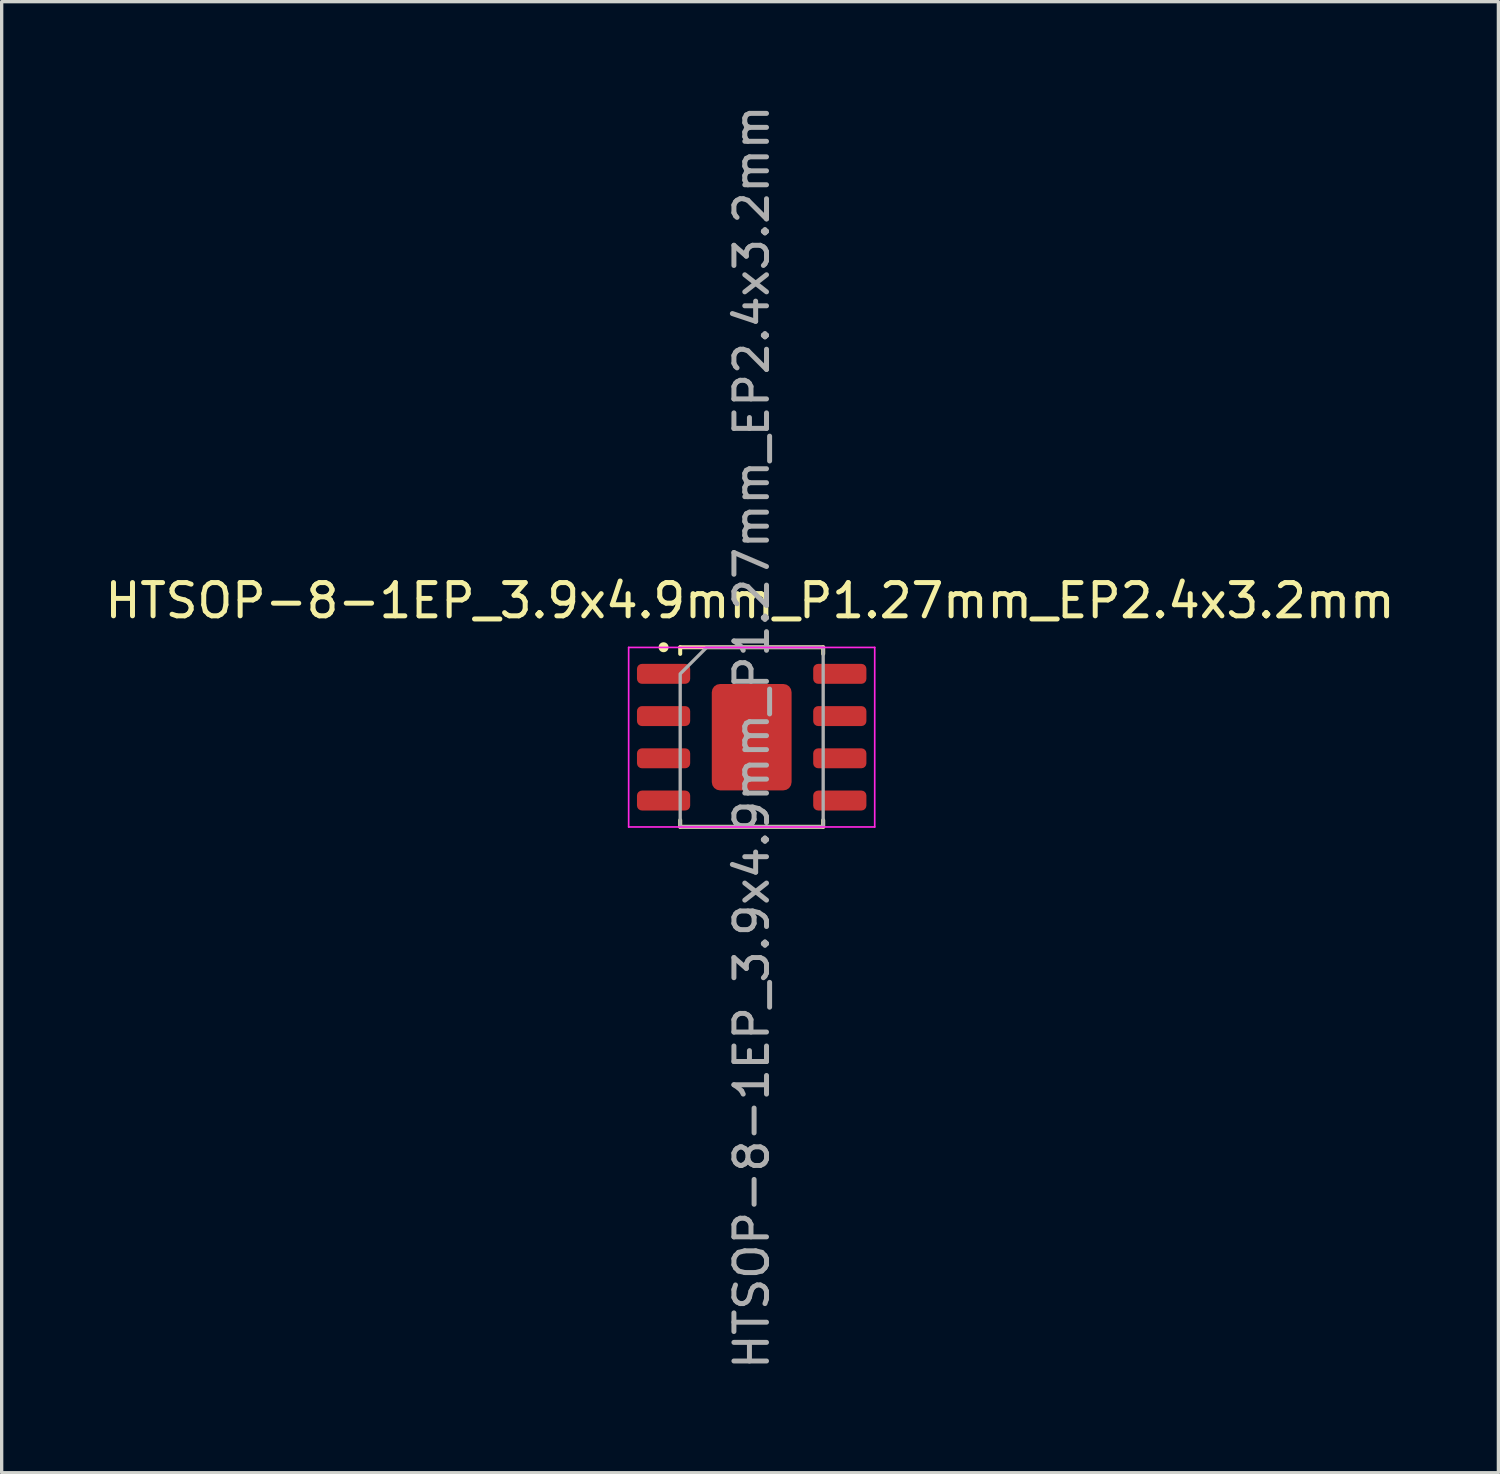
<source format=kicad_pcb>
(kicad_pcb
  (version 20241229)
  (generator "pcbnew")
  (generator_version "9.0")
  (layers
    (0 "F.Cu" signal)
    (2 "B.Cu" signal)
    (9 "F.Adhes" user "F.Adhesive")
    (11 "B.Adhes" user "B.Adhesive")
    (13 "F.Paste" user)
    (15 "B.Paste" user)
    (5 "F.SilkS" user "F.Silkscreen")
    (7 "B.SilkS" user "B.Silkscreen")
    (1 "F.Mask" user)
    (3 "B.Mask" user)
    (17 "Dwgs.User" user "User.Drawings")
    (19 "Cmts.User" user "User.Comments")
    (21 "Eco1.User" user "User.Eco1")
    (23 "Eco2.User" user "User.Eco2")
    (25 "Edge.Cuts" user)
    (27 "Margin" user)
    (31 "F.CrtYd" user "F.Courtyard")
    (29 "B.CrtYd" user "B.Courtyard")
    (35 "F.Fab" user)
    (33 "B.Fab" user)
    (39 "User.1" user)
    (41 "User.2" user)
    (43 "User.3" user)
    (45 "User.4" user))
  (footprint "HTSOP-8-1EP_3.9x4.9mm_P1.27mm_EP2.4x3.2mm"
    (layer "F.Cu")
    (at 19.556 19.12)
    (property "Reference" "HTSOP-8-1EP_3.9x4.9mm_P1.27mm_EP2.4x3.2mm" (at -0.05 -4.105 0) (layer "F.SilkS") (effects (font (size 1 1) (thickness 0.15))))
    (attr smd)
    (fp_line (start -2.15 -2.705) (end 2.15 -2.705) (stroke (width 0.12) (type solid)) (layer "F.SilkS"))
    (fp_line (start -2.15 -2.505) (end -2.15 -2.705) (stroke (width 0.12) (type solid)) (layer "F.SilkS"))
    (fp_line (start -2.15 2.695) (end -2.15 2.495) (stroke (width 0.12) (type solid)) (layer "F.SilkS"))
    (fp_line (start 2.15 -2.705) (end 2.15 -2.505) (stroke (width 0.12) (type solid)) (layer "F.SilkS"))
    (fp_line (start 2.15 2.495) (end 2.15 2.695) (stroke (width 0.12) (type solid)) (layer "F.SilkS"))
    (fp_line (start 2.15 2.695) (end -2.15 2.695) (stroke (width 0.12) (type solid)) (layer "F.SilkS"))
    (fp_circle (center -2.65 -2.705) (end -2.65 -2.605) (stroke (width 0.1) (type default)) (fill yes) (layer "F.SilkS"))
    (fp_line (start -3.7 -2.7) (end -3.7 2.7) (stroke (width 0.05) (type solid)) (layer "F.CrtYd"))
    (fp_line (start -3.7 2.7) (end 3.7 2.7) (stroke (width 0.05) (type solid)) (layer "F.CrtYd"))
    (fp_line (start 3.7 -2.7) (end -3.7 -2.7) (stroke (width 0.05) (type solid)) (layer "F.CrtYd"))
    (fp_line (start 3.7 2.7) (end 3.7 -2.7) (stroke (width 0.05) (type solid)) (layer "F.CrtYd"))
    (fp_poly (pts (xy -2.15 -1.905) (xy -2.15 2.695) (xy 2.15 2.695) (xy 2.15 -2.705) (xy -1.35 -2.705)) (stroke (width 0.1) (type solid)) (fill no) (layer "F.Fab"))
    (fp_text user "${REFERENCE}" (at 0 0 90) (layer "F.Fab") (effects (font (size 0.98 0.98) (thickness 0.15))))
    (pad "" smd roundrect (at -0.6 -0.8) (size 0.97 1.29) (layers "F.Paste") (roundrect_rratio 0.25))
    (pad "" smd roundrect (at -0.6 0.8) (size 0.97 1.29) (layers "F.Paste") (roundrect_rratio 0.25))
    (pad "" smd roundrect (at 0.6 -0.8) (size 0.97 1.29) (layers "F.Paste") (roundrect_rratio 0.25))
    (pad "" smd roundrect (at 0.6 0.8) (size 0.97 1.29) (layers "F.Paste") (roundrect_rratio 0.25))
    (pad "1" smd roundrect (at -2.65 -1.905) (size 1.6 0.6) (layers "F.Cu" "F.Mask" "F.Paste") (roundrect_rratio 0.25))
    (pad "2" smd roundrect (at -2.65 -0.635) (size 1.6 0.6) (layers "F.Cu" "F.Mask" "F.Paste") (roundrect_rratio 0.25))
    (pad "3" smd roundrect (at -2.65 0.635) (size 1.6 0.6) (layers "F.Cu" "F.Mask" "F.Paste") (roundrect_rratio 0.25))
    (pad "4" smd roundrect (at -2.65 1.905) (size 1.6 0.6) (layers "F.Cu" "F.Mask" "F.Paste") (roundrect_rratio 0.25))
    (pad "5" smd roundrect (at 2.65 1.905) (size 1.6 0.6) (layers "F.Cu" "F.Mask" "F.Paste") (roundrect_rratio 0.25))
    (pad "6" smd roundrect (at 2.65 0.635) (size 1.6 0.6) (layers "F.Cu" "F.Mask" "F.Paste") (roundrect_rratio 0.25))
    (pad "7" smd roundrect (at 2.65 -0.635) (size 1.6 0.6) (layers "F.Cu" "F.Mask" "F.Paste") (roundrect_rratio 0.25))
    (pad "8" smd roundrect (at 2.65 -1.905) (size 1.6 0.6) (layers "F.Cu" "F.Mask" "F.Paste") (roundrect_rratio 0.25))
    (pad "9" smd roundrect (at 0 0) (size 2.4 3.2) (layers "F.Cu" "F.Mask") (roundrect_rratio 0.104)))
  (gr_rect
    (start -3 -3)
    (end 42.012 41.241)
    (stroke (width 0.1) (type default))
    (fill no)
    (layer "Edge.Cuts")))
</source>
